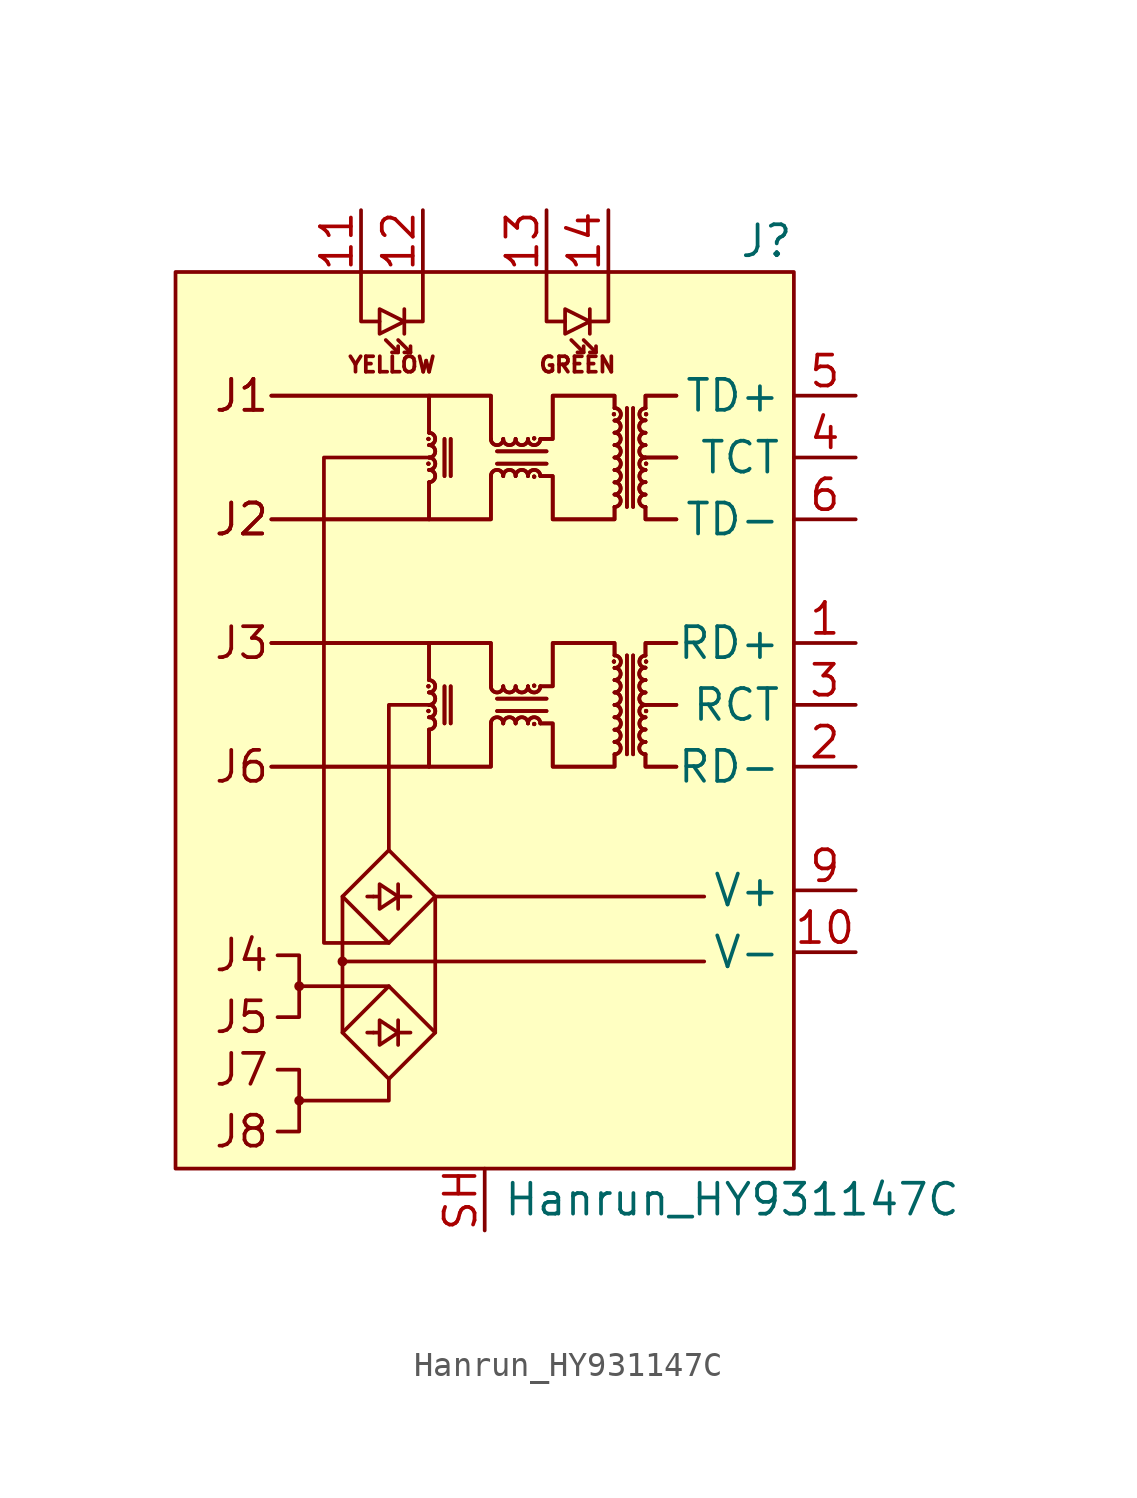
<source format=kicad_sym>
(kicad_symbol_lib
  (version 20231120)
  (generator "kicad_symbol_editor")
  (generator_version "8.0")
  (symbol "Hanrun_HY931147C"
    (property "Reference" "J"
      (at 12.7 13.97 0)
      (effects (font (size 1.27 1.27)) (justify right)))
    (property "Value" "Hanrun_HY931147C"
      (at 10.16 -25.4 0)
      (effects (font (size 1.27 1.27))))
    (symbol "Hanrun_HY931147C_0_0"
      (circle (center -7.62 -21.336) (radius 0.127) (stroke (width 0) (type solid)) (fill (type none)))
      (circle (center -7.62 -16.637) (radius 0.127) (stroke (width 0) (type solid)) (fill (type none)))
      (circle (center -5.842 -15.621) (radius 0.127) (stroke (width 0) (type solid)) (fill (type none)))
      (polyline (pts (xy -7.62 -16.637) (xy -3.937 -16.637)) (stroke (width 0) (type solid)) (fill (type none)))
      (polyline (pts (xy -5.842 -15.621) (xy 9.017 -15.621)) (stroke (width 0) (type solid)) (fill (type none)))
      (polyline (pts (xy -5.842 -12.954) (xy -5.842 -18.542)) (stroke (width 0) (type solid)) (fill (type none)))
      (polyline (pts (xy -4.572 -18.542) (xy -4.826 -18.542)) (stroke (width 0) (type solid)) (fill (type none)))
      (polyline (pts (xy -4.572 -12.954) (xy -4.826 -12.954)) (stroke (width 0) (type solid)) (fill (type none)))
      (polyline (pts (xy -3.556 -18.542) (xy -3.048 -18.542)) (stroke (width 0) (type solid)) (fill (type none)))
      (polyline (pts (xy -3.556 -18.034) (xy -3.556 -19.05)) (stroke (width 0) (type solid)) (fill (type none)))
      (polyline (pts (xy -3.556 -12.954) (xy -3.048 -12.954)) (stroke (width 0) (type solid)) (fill (type none)))
      (polyline (pts (xy -3.556 -12.446) (xy -3.556 -13.462)) (stroke (width 0) (type solid)) (fill (type none)))
      (polyline (pts (xy -2.032 -12.954) (xy -2.032 -18.542)) (stroke (width 0) (type solid)) (fill (type none)))
      (polyline (pts (xy -2.032 -12.954) (xy 9.017 -12.954)) (stroke (width 0) (type solid)) (fill (type none)))
      (polyline (pts (xy 7.874 -5.08) (xy 6.604 -5.08)) (stroke (width 0) (type solid)) (fill (type none)))
      (polyline (pts (xy 7.874 -5.08) (xy 6.604 -5.08)) (stroke (width 0) (type solid)) (fill (type none)))
      (polyline (pts (xy 7.874 5.08) (xy 6.604 5.08)) (stroke (width 0) (type solid)) (fill (type none)))
      (polyline (pts (xy 7.874 5.08) (xy 6.604 5.08)) (stroke (width 0) (type solid)) (fill (type none)))
      (polyline (pts (xy -7.62 -21.336) (xy -3.937 -21.336) (xy -3.937 -20.447)) (stroke (width 0) (type solid)) (fill (type none)))
      (polyline (pts (xy -3.937 -11.049) (xy -3.937 -5.08) (xy -2.286 -5.08)) (stroke (width 0) (type solid)) (fill (type none)))
      (polyline (pts (xy -8.509 -20.066) (xy -7.62 -20.066) (xy -7.62 -22.606) (xy -8.509 -22.606)) (stroke (width 0) (type solid)) (fill (type none)))
      (polyline (pts (xy -8.509 -15.367) (xy -7.62 -15.367) (xy -7.62 -17.907) (xy -8.509 -17.907)) (stroke (width 0) (type solid)) (fill (type none)))
      (polyline (pts (xy -3.937 -14.859) (xy -6.604 -14.859) (xy -6.604 5.08) (xy -2.286 5.08)) (stroke (width 0) (type solid)) (fill (type none)))
      (polyline (pts (xy -2.032 -18.542) (xy -3.937 -16.637) (xy -5.842 -18.542) (xy -3.937 -20.447) (xy -2.032 -18.542)) (stroke (width 0) (type solid)) (fill (type none)))
      (polyline (pts (xy -2.032 -12.954) (xy -3.937 -11.049) (xy -5.842 -12.954) (xy -3.937 -14.859) (xy -2.032 -12.954)) (stroke (width 0) (type solid)) (fill (type none)))
      (polyline (pts (xy -4.572 -18.542) (xy -4.318 -18.542) (xy -4.318 -18.034) (xy -3.556 -18.542) (xy -4.318 -19.05) (xy -4.318 -18.542)) (stroke (width 0) (type solid)) (fill (type none)))
      (polyline (pts (xy -4.572 -12.954) (xy -4.318 -12.954) (xy -4.318 -12.446) (xy -3.556 -12.954) (xy -4.318 -13.462) (xy -4.318 -12.954)) (stroke (width 0) (type solid)) (fill (type none)))
      (rectangle (start 12.7 12.7) (end -12.7 -24.13) (stroke (width 0) (type solid)) (fill (type background)))
      (text "GREEN" (at 3.81 8.89 0) (effects (font (size 0.635 0.635))))
      (text "J1" (at -11.176 7.62 0) (effects (font (size 1.27 1.27)) (justify left)))
      (text "J1" (at -11.176 7.62 0) (effects (font (size 1.27 1.27)) (justify left)))
      (text "J2" (at -11.176 2.54 0) (effects (font (size 1.27 1.27)) (justify left)))
      (text "J2" (at -11.176 2.54 0) (effects (font (size 1.27 1.27)) (justify left)))
      (text "J3" (at -11.176 -2.54 0) (effects (font (size 1.27 1.27)) (justify left)))
      (text "J4" (at -11.176 -15.367 0) (effects (font (size 1.27 1.27)) (justify left)))
      (text "J5" (at -11.176 -17.907 0) (effects (font (size 1.27 1.27)) (justify left)))
      (text "J6" (at -11.176 -7.62 0) (effects (font (size 1.27 1.27)) (justify left)))
      (text "J7" (at -11.176 -20.066 0) (effects (font (size 1.27 1.27)) (justify left)))
      (text "J8" (at -11.176 -22.606 0) (effects (font (size 1.27 1.27)) (justify left)))
      (text "YELLOW" (at -3.81 8.89 0) (effects (font (size 0.635 0.635)))))
    (symbol "Hanrun_HY931147C_0_1"
      (circle (center -2.311 -5.334) (radius 0.076) (stroke (width 0.025) (type solid)) (fill (type outline)))
      (circle (center -2.311 -5.334) (radius 0.076) (stroke (width 0.025) (type solid)) (fill (type outline)))
      (circle (center -2.311 -4.318) (radius 0.076) (stroke (width 0.025) (type solid)) (fill (type outline)))
      (circle (center -2.311 -4.318) (radius 0.076) (stroke (width 0.025) (type solid)) (fill (type outline)))
      (circle (center -2.311 4.826) (radius 0.076) (stroke (width 0.025) (type solid)) (fill (type outline)))
      (circle (center -2.311 4.826) (radius 0.076) (stroke (width 0.025) (type solid)) (fill (type outline)))
      (circle (center -2.311 5.842) (radius 0.076) (stroke (width 0.025) (type solid)) (fill (type outline)))
      (circle (center -2.311 5.842) (radius 0.076) (stroke (width 0.025) (type solid)) (fill (type outline)))
      (arc (start -2.286 -6.096) (mid -2.032 -5.842) (end -2.286 -5.588) (stroke (width 0) (type solid)) (fill (type none)))
      (arc (start -2.286 -6.096) (mid -2.032 -5.842) (end -2.286 -5.588) (stroke (width 0) (type solid)) (fill (type none)))
      (arc (start -2.286 -5.588) (mid -2.032 -5.334) (end -2.286 -5.08) (stroke (width 0) (type solid)) (fill (type none)))
      (arc (start -2.286 -5.588) (mid -2.032 -5.334) (end -2.286 -5.08) (stroke (width 0) (type solid)) (fill (type none)))
      (arc (start -2.286 -5.08) (mid -2.032 -4.826) (end -2.286 -4.572) (stroke (width 0) (type solid)) (fill (type none)))
      (arc (start -2.286 -5.08) (mid -2.032 -4.826) (end -2.286 -4.572) (stroke (width 0) (type solid)) (fill (type none)))
      (arc (start -2.286 -4.572) (mid -2.032 -4.318) (end -2.286 -4.064) (stroke (width 0) (type solid)) (fill (type none)))
      (arc (start -2.286 -4.572) (mid -2.032 -4.318) (end -2.286 -4.064) (stroke (width 0) (type solid)) (fill (type none)))
      (arc (start -2.286 4.064) (mid -2.032 4.318) (end -2.286 4.572) (stroke (width 0) (type solid)) (fill (type none)))
      (arc (start -2.286 4.064) (mid -2.032 4.318) (end -2.286 4.572) (stroke (width 0) (type solid)) (fill (type none)))
      (arc (start -2.286 4.572) (mid -2.032 4.826) (end -2.286 5.08) (stroke (width 0) (type solid)) (fill (type none)))
      (arc (start -2.286 4.572) (mid -2.032 4.826) (end -2.286 5.08) (stroke (width 0) (type solid)) (fill (type none)))
      (arc (start -2.286 5.08) (mid -2.032 5.334) (end -2.286 5.588) (stroke (width 0) (type solid)) (fill (type none)))
      (arc (start -2.286 5.08) (mid -2.032 5.334) (end -2.286 5.588) (stroke (width 0) (type solid)) (fill (type none)))
      (arc (start -2.286 5.588) (mid -2.032 5.842) (end -2.286 6.096) (stroke (width 0) (type solid)) (fill (type none)))
      (arc (start -2.286 5.588) (mid -2.032 5.842) (end -2.286 6.096) (stroke (width 0) (type solid)) (fill (type none)))
      (polyline (pts (xy -3.556 9.398) (xy -4.064 9.906)) (stroke (width 0) (type solid)) (fill (type none)))
      (polyline (pts (xy -3.302 11.176) (xy -3.302 10.16)) (stroke (width 0) (type solid)) (fill (type none)))
      (polyline (pts (xy -3.048 9.398) (xy -3.556 9.906)) (stroke (width 0) (type solid)) (fill (type none)))
      (polyline (pts (xy -2.286 -7.62) (xy -8.763 -7.62)) (stroke (width 0) (type solid)) (fill (type none)))
      (polyline (pts (xy -2.286 -7.62) (xy -8.763 -7.62)) (stroke (width 0) (type solid)) (fill (type none)))
      (polyline (pts (xy -2.286 -2.54) (xy -8.763 -2.54)) (stroke (width 0) (type solid)) (fill (type none)))
      (polyline (pts (xy -2.286 -2.54) (xy -8.763 -2.54)) (stroke (width 0) (type solid)) (fill (type none)))
      (polyline (pts (xy -2.286 2.54) (xy -8.763 2.54)) (stroke (width 0) (type solid)) (fill (type none)))
      (polyline (pts (xy -2.286 2.54) (xy -8.763 2.54)) (stroke (width 0) (type solid)) (fill (type none)))
      (polyline (pts (xy -2.286 7.62) (xy -8.763 7.62)) (stroke (width 0) (type solid)) (fill (type none)))
      (polyline (pts (xy -2.286 7.62) (xy -8.763 7.62)) (stroke (width 0) (type solid)) (fill (type none)))
      (polyline (pts (xy -1.651 -4.318) (xy -1.651 -5.842)) (stroke (width 0) (type solid)) (fill (type none)))
      (polyline (pts (xy -1.651 -4.318) (xy -1.651 -5.842)) (stroke (width 0) (type solid)) (fill (type none)))
      (polyline (pts (xy -1.651 5.842) (xy -1.651 4.318)) (stroke (width 0) (type solid)) (fill (type none)))
      (polyline (pts (xy -1.651 5.842) (xy -1.651 4.318)) (stroke (width 0) (type solid)) (fill (type none)))
      (polyline (pts (xy -1.397 -5.842) (xy -1.397 -4.318)) (stroke (width 0) (type solid)) (fill (type none)))
      (polyline (pts (xy -1.397 -5.842) (xy -1.397 -4.318)) (stroke (width 0) (type solid)) (fill (type none)))
      (polyline (pts (xy -1.397 4.318) (xy -1.397 5.842)) (stroke (width 0) (type solid)) (fill (type none)))
      (polyline (pts (xy -1.397 4.318) (xy -1.397 5.842)) (stroke (width 0) (type solid)) (fill (type none)))
      (polyline (pts (xy 0.508 -5.334) (xy 2.54 -5.334)) (stroke (width 0) (type solid)) (fill (type none)))
      (polyline (pts (xy 0.508 -5.334) (xy 2.54 -5.334)) (stroke (width 0) (type solid)) (fill (type none)))
      (polyline (pts (xy 0.508 4.826) (xy 2.54 4.826)) (stroke (width 0) (type solid)) (fill (type none)))
      (polyline (pts (xy 0.508 4.826) (xy 2.54 4.826)) (stroke (width 0) (type solid)) (fill (type none)))
      (polyline (pts (xy 2.54 -4.826) (xy 0.508 -4.826)) (stroke (width 0) (type solid)) (fill (type none)))
      (polyline (pts (xy 2.54 -4.826) (xy 0.508 -4.826)) (stroke (width 0) (type solid)) (fill (type none)))
      (polyline (pts (xy 2.54 5.334) (xy 0.508 5.334)) (stroke (width 0) (type solid)) (fill (type none)))
      (polyline (pts (xy 2.54 5.334) (xy 0.508 5.334)) (stroke (width 0) (type solid)) (fill (type none)))
      (polyline (pts (xy 4.064 9.398) (xy 3.556 9.906)) (stroke (width 0) (type solid)) (fill (type none)))
      (polyline (pts (xy 4.318 11.176) (xy 4.318 10.16)) (stroke (width 0) (type solid)) (fill (type none)))
      (polyline (pts (xy 4.572 9.398) (xy 4.064 9.906)) (stroke (width 0) (type solid)) (fill (type none)))
      (polyline (pts (xy 5.842 -3.048) (xy 5.842 -7.112)) (stroke (width 0) (type solid)) (fill (type none)))
      (polyline (pts (xy 5.842 -3.048) (xy 5.842 -7.112)) (stroke (width 0) (type solid)) (fill (type none)))
      (polyline (pts (xy 5.842 7.112) (xy 5.842 3.048)) (stroke (width 0) (type solid)) (fill (type none)))
      (polyline (pts (xy 5.842 7.112) (xy 5.842 3.048)) (stroke (width 0) (type solid)) (fill (type none)))
      (polyline (pts (xy 6.096 -7.112) (xy 6.096 -3.048)) (stroke (width 0) (type solid)) (fill (type none)))
      (polyline (pts (xy 6.096 -7.112) (xy 6.096 -3.048)) (stroke (width 0) (type solid)) (fill (type none)))
      (polyline (pts (xy 6.096 3.048) (xy 6.096 7.112)) (stroke (width 0) (type solid)) (fill (type none)))
      (polyline (pts (xy 6.096 3.048) (xy 6.096 7.112)) (stroke (width 0) (type solid)) (fill (type none)))
      (polyline (pts (xy -5.08 12.7) (xy -5.08 10.668) (xy -4.318 10.668)) (stroke (width 0) (type solid)) (fill (type none)))
      (polyline (pts (xy -3.556 9.652) (xy -3.556 9.398) (xy -3.81 9.398)) (stroke (width 0) (type solid)) (fill (type none)))
      (polyline (pts (xy -3.048 9.652) (xy -3.048 9.398) (xy -3.302 9.398)) (stroke (width 0) (type solid)) (fill (type none)))
      (polyline (pts (xy -2.54 12.7) (xy -2.54 10.668) (xy -3.302 10.668)) (stroke (width 0) (type solid)) (fill (type none)))
      (polyline (pts (xy 2.54 12.7) (xy 2.54 10.668) (xy 3.302 10.668)) (stroke (width 0) (type solid)) (fill (type none)))
      (polyline (pts (xy 4.064 9.652) (xy 4.064 9.398) (xy 3.81 9.398)) (stroke (width 0) (type solid)) (fill (type none)))
      (polyline (pts (xy 4.572 9.652) (xy 4.572 9.398) (xy 4.318 9.398)) (stroke (width 0) (type solid)) (fill (type none)))
      (polyline (pts (xy 5.08 12.7) (xy 5.08 10.668) (xy 4.318 10.668)) (stroke (width 0) (type solid)) (fill (type none)))
      (polyline (pts (xy 6.604 -7.112) (xy 6.604 -7.62) (xy 7.874 -7.62)) (stroke (width 0) (type solid)) (fill (type none)))
      (polyline (pts (xy 6.604 -7.112) (xy 6.604 -7.62) (xy 7.874 -7.62)) (stroke (width 0) (type solid)) (fill (type none)))
      (polyline (pts (xy 6.604 -3.048) (xy 6.604 -2.54) (xy 7.874 -2.54)) (stroke (width 0) (type solid)) (fill (type none)))
      (polyline (pts (xy 6.604 -3.048) (xy 6.604 -2.54) (xy 7.874 -2.54)) (stroke (width 0) (type solid)) (fill (type none)))
      (polyline (pts (xy 6.604 3.048) (xy 6.604 2.54) (xy 7.874 2.54)) (stroke (width 0) (type solid)) (fill (type none)))
      (polyline (pts (xy 6.604 3.048) (xy 6.604 2.54) (xy 7.874 2.54)) (stroke (width 0) (type solid)) (fill (type none)))
      (polyline (pts (xy 6.604 7.112) (xy 6.604 7.62) (xy 7.874 7.62)) (stroke (width 0) (type solid)) (fill (type none)))
      (polyline (pts (xy 6.604 7.112) (xy 6.604 7.62) (xy 7.874 7.62)) (stroke (width 0) (type solid)) (fill (type none)))
      (polyline (pts (xy -3.302 10.668) (xy -4.318 11.176) (xy -4.318 10.16) (xy -3.302 10.668)) (stroke (width 0) (type solid)) (fill (type none)))
      (polyline (pts (xy 0.254 -5.842) (xy 0.254 -7.62) (xy -2.286 -7.62) (xy -2.286 -6.096)) (stroke (width 0) (type solid)) (fill (type none)))
      (polyline (pts (xy 0.254 -5.842) (xy 0.254 -7.62) (xy -2.286 -7.62) (xy -2.286 -6.096)) (stroke (width 0) (type solid)) (fill (type none)))
      (polyline (pts (xy 0.254 -4.318) (xy 0.254 -2.54) (xy -2.286 -2.54) (xy -2.286 -4.064)) (stroke (width 0) (type solid)) (fill (type none)))
      (polyline (pts (xy 0.254 -4.318) (xy 0.254 -2.54) (xy -2.286 -2.54) (xy -2.286 -4.064)) (stroke (width 0) (type solid)) (fill (type none)))
      (polyline (pts (xy 0.254 4.318) (xy 0.254 2.54) (xy -2.286 2.54) (xy -2.286 4.064)) (stroke (width 0) (type solid)) (fill (type none)))
      (polyline (pts (xy 0.254 4.318) (xy 0.254 2.54) (xy -2.286 2.54) (xy -2.286 4.064)) (stroke (width 0) (type solid)) (fill (type none)))
      (polyline (pts (xy 0.254 5.842) (xy 0.254 7.62) (xy -2.286 7.62) (xy -2.286 6.096)) (stroke (width 0) (type solid)) (fill (type none)))
      (polyline (pts (xy 0.254 5.842) (xy 0.254 7.62) (xy -2.286 7.62) (xy -2.286 6.096)) (stroke (width 0) (type solid)) (fill (type none)))
      (polyline (pts (xy 4.318 10.668) (xy 3.302 11.176) (xy 3.302 10.16) (xy 4.318 10.668)) (stroke (width 0) (type solid)) (fill (type none)))
      (polyline (pts (xy 2.286 -4.318) (xy 2.794 -4.318) (xy 2.794 -2.54) (xy 5.334 -2.54) (xy 5.334 -3.048)) (stroke (width 0) (type solid)) (fill (type none)))
      (polyline (pts (xy 2.286 -4.318) (xy 2.794 -4.318) (xy 2.794 -2.54) (xy 5.334 -2.54) (xy 5.334 -3.048)) (stroke (width 0) (type solid)) (fill (type none)))
      (polyline (pts (xy 2.286 5.842) (xy 2.794 5.842) (xy 2.794 7.62) (xy 5.334 7.62) (xy 5.334 7.112)) (stroke (width 0) (type solid)) (fill (type none)))
      (polyline (pts (xy 2.286 5.842) (xy 2.794 5.842) (xy 2.794 7.62) (xy 5.334 7.62) (xy 5.334 7.112)) (stroke (width 0) (type solid)) (fill (type none)))
      (polyline (pts (xy 5.334 -7.112) (xy 5.334 -7.62) (xy 2.794 -7.62) (xy 2.794 -5.842) (xy 2.286 -5.842)) (stroke (width 0) (type solid)) (fill (type none)))
      (polyline (pts (xy 5.334 -7.112) (xy 5.334 -7.62) (xy 2.794 -7.62) (xy 2.794 -5.842) (xy 2.286 -5.842)) (stroke (width 0) (type solid)) (fill (type none)))
      (polyline (pts (xy 5.334 3.048) (xy 5.334 2.54) (xy 2.794 2.54) (xy 2.794 4.318) (xy 2.286 4.318)) (stroke (width 0) (type solid)) (fill (type none)))
      (polyline (pts (xy 5.334 3.048) (xy 5.334 2.54) (xy 2.794 2.54) (xy 2.794 4.318) (xy 2.286 4.318)) (stroke (width 0) (type solid)) (fill (type none)))
      (arc (start 0.254 -4.318) (mid 0.508 -4.572) (end 0.762 -4.318) (stroke (width 0) (type solid)) (fill (type none)))
      (arc (start 0.254 -4.318) (mid 0.508 -4.572) (end 0.762 -4.318) (stroke (width 0) (type solid)) (fill (type none)))
      (arc (start 0.254 5.842) (mid 0.508 5.588) (end 0.762 5.842) (stroke (width 0) (type solid)) (fill (type none)))
      (arc (start 0.254 5.842) (mid 0.508 5.588) (end 0.762 5.842) (stroke (width 0) (type solid)) (fill (type none)))
      (arc (start 0.762 -5.842) (mid 0.508 -5.588) (end 0.254 -5.842) (stroke (width 0) (type solid)) (fill (type none)))
      (arc (start 0.762 -5.842) (mid 0.508 -5.588) (end 0.254 -5.842) (stroke (width 0) (type solid)) (fill (type none)))
      (arc (start 0.762 -4.318) (mid 1.016 -4.572) (end 1.27 -4.318) (stroke (width 0) (type solid)) (fill (type none)))
      (arc (start 0.762 -4.318) (mid 1.016 -4.572) (end 1.27 -4.318) (stroke (width 0) (type solid)) (fill (type none)))
      (arc (start 0.762 4.318) (mid 0.508 4.572) (end 0.254 4.318) (stroke (width 0) (type solid)) (fill (type none)))
      (arc (start 0.762 4.318) (mid 0.508 4.572) (end 0.254 4.318) (stroke (width 0) (type solid)) (fill (type none)))
      (arc (start 0.762 5.842) (mid 1.016 5.588) (end 1.27 5.842) (stroke (width 0) (type solid)) (fill (type none)))
      (arc (start 0.762 5.842) (mid 1.016 5.588) (end 1.27 5.842) (stroke (width 0) (type solid)) (fill (type none)))
      (arc (start 1.27 -5.842) (mid 1.016 -5.588) (end 0.762 -5.842) (stroke (width 0) (type solid)) (fill (type none)))
      (arc (start 1.27 -5.842) (mid 1.016 -5.588) (end 0.762 -5.842) (stroke (width 0) (type solid)) (fill (type none)))
      (arc (start 1.27 -4.318) (mid 1.524 -4.572) (end 1.778 -4.318) (stroke (width 0) (type solid)) (fill (type none)))
      (arc (start 1.27 -4.318) (mid 1.524 -4.572) (end 1.778 -4.318) (stroke (width 0) (type solid)) (fill (type none)))
      (arc (start 1.27 4.318) (mid 1.016 4.572) (end 0.762 4.318) (stroke (width 0) (type solid)) (fill (type none)))
      (arc (start 1.27 4.318) (mid 1.016 4.572) (end 0.762 4.318) (stroke (width 0) (type solid)) (fill (type none)))
      (arc (start 1.27 5.842) (mid 1.524 5.588) (end 1.778 5.842) (stroke (width 0) (type solid)) (fill (type none)))
      (arc (start 1.27 5.842) (mid 1.524 5.588) (end 1.778 5.842) (stroke (width 0) (type solid)) (fill (type none)))
      (arc (start 1.778 -5.842) (mid 1.524 -5.588) (end 1.27 -5.842) (stroke (width 0) (type solid)) (fill (type none)))
      (arc (start 1.778 -5.842) (mid 1.524 -5.588) (end 1.27 -5.842) (stroke (width 0) (type solid)) (fill (type none)))
      (arc (start 1.778 -4.318) (mid 2.032 -4.572) (end 2.286 -4.318) (stroke (width 0) (type solid)) (fill (type none)))
      (arc (start 1.778 -4.318) (mid 2.032 -4.572) (end 2.286 -4.318) (stroke (width 0) (type solid)) (fill (type none)))
      (arc (start 1.778 4.318) (mid 1.524 4.572) (end 1.27 4.318) (stroke (width 0) (type solid)) (fill (type none)))
      (arc (start 1.778 4.318) (mid 1.524 4.572) (end 1.27 4.318) (stroke (width 0) (type solid)) (fill (type none)))
      (arc (start 1.778 5.842) (mid 2.032 5.588) (end 2.286 5.842) (stroke (width 0) (type solid)) (fill (type none)))
      (arc (start 1.778 5.842) (mid 2.032 5.588) (end 2.286 5.842) (stroke (width 0) (type solid)) (fill (type none)))
      (circle (center 2.032 -5.867) (radius 0.076) (stroke (width 0.025) (type solid)) (fill (type outline)))
      (circle (center 2.032 -5.867) (radius 0.076) (stroke (width 0.025) (type solid)) (fill (type outline)))
      (circle (center 2.032 -4.293) (radius 0.076) (stroke (width 0.025) (type solid)) (fill (type outline)))
      (circle (center 2.032 -4.293) (radius 0.076) (stroke (width 0.025) (type solid)) (fill (type outline)))
      (circle (center 2.032 4.293) (radius 0.076) (stroke (width 0.025) (type solid)) (fill (type outline)))
      (circle (center 2.032 4.293) (radius 0.076) (stroke (width 0.025) (type solid)) (fill (type outline)))
      (circle (center 2.032 5.867) (radius 0.076) (stroke (width 0.025) (type solid)) (fill (type outline)))
      (circle (center 2.032 5.867) (radius 0.076) (stroke (width 0.025) (type solid)) (fill (type outline)))
      (arc (start 2.286 -5.842) (mid 2.032 -5.588) (end 1.778 -5.842) (stroke (width 0) (type solid)) (fill (type none)))
      (arc (start 2.286 -5.842) (mid 2.032 -5.588) (end 1.778 -5.842) (stroke (width 0) (type solid)) (fill (type none)))
      (arc (start 2.286 4.318) (mid 2.032 4.572) (end 1.778 4.318) (stroke (width 0) (type solid)) (fill (type none)))
      (arc (start 2.286 4.318) (mid 2.032 4.572) (end 1.778 4.318) (stroke (width 0) (type solid)) (fill (type none)))
      (circle (center 5.309 -3.302) (radius 0.076) (stroke (width 0.025) (type solid)) (fill (type outline)))
      (circle (center 5.309 -3.302) (radius 0.076) (stroke (width 0.025) (type solid)) (fill (type outline)))
      (circle (center 5.309 6.858) (radius 0.076) (stroke (width 0.025) (type solid)) (fill (type outline)))
      (circle (center 5.309 6.858) (radius 0.076) (stroke (width 0.025) (type solid)) (fill (type outline)))
      (arc (start 5.334 -7.112) (mid 5.588 -6.858) (end 5.334 -6.604) (stroke (width 0) (type solid)) (fill (type none)))
      (arc (start 5.334 -7.112) (mid 5.588 -6.858) (end 5.334 -6.604) (stroke (width 0) (type solid)) (fill (type none)))
      (arc (start 5.334 -6.604) (mid 5.588 -6.35) (end 5.334 -6.096) (stroke (width 0) (type solid)) (fill (type none)))
      (arc (start 5.334 -6.604) (mid 5.588 -6.35) (end 5.334 -6.096) (stroke (width 0) (type solid)) (fill (type none)))
      (arc (start 5.334 -6.096) (mid 5.588 -5.842) (end 5.334 -5.588) (stroke (width 0) (type solid)) (fill (type none)))
      (arc (start 5.334 -6.096) (mid 5.588 -5.842) (end 5.334 -5.588) (stroke (width 0) (type solid)) (fill (type none)))
      (arc (start 5.334 -5.588) (mid 5.588 -5.334) (end 5.334 -5.08) (stroke (width 0) (type solid)) (fill (type none)))
      (arc (start 5.334 -5.588) (mid 5.588 -5.334) (end 5.334 -5.08) (stroke (width 0) (type solid)) (fill (type none)))
      (arc (start 5.334 -5.08) (mid 5.588 -4.826) (end 5.334 -4.572) (stroke (width 0) (type solid)) (fill (type none)))
      (arc (start 5.334 -5.08) (mid 5.588 -4.826) (end 5.334 -4.572) (stroke (width 0) (type solid)) (fill (type none)))
      (arc (start 5.334 -4.572) (mid 5.588 -4.318) (end 5.334 -4.064) (stroke (width 0) (type solid)) (fill (type none)))
      (arc (start 5.334 -4.572) (mid 5.588 -4.318) (end 5.334 -4.064) (stroke (width 0) (type solid)) (fill (type none)))
      (arc (start 5.334 -4.064) (mid 5.588 -3.81) (end 5.334 -3.556) (stroke (width 0) (type solid)) (fill (type none)))
      (arc (start 5.334 -4.064) (mid 5.588 -3.81) (end 5.334 -3.556) (stroke (width 0) (type solid)) (fill (type none)))
      (arc (start 5.334 -3.556) (mid 5.588 -3.302) (end 5.334 -3.048) (stroke (width 0) (type solid)) (fill (type none)))
      (arc (start 5.334 -3.556) (mid 5.588 -3.302) (end 5.334 -3.048) (stroke (width 0) (type solid)) (fill (type none)))
      (arc (start 5.334 3.048) (mid 5.588 3.302) (end 5.334 3.556) (stroke (width 0) (type solid)) (fill (type none)))
      (arc (start 5.334 3.048) (mid 5.588 3.302) (end 5.334 3.556) (stroke (width 0) (type solid)) (fill (type none)))
      (arc (start 5.334 3.556) (mid 5.588 3.81) (end 5.334 4.064) (stroke (width 0) (type solid)) (fill (type none)))
      (arc (start 5.334 3.556) (mid 5.588 3.81) (end 5.334 4.064) (stroke (width 0) (type solid)) (fill (type none)))
      (arc (start 5.334 4.064) (mid 5.588 4.318) (end 5.334 4.572) (stroke (width 0) (type solid)) (fill (type none)))
      (arc (start 5.334 4.064) (mid 5.588 4.318) (end 5.334 4.572) (stroke (width 0) (type solid)) (fill (type none)))
      (arc (start 5.334 4.572) (mid 5.588 4.826) (end 5.334 5.08) (stroke (width 0) (type solid)) (fill (type none)))
      (arc (start 5.334 4.572) (mid 5.588 4.826) (end 5.334 5.08) (stroke (width 0) (type solid)) (fill (type none)))
      (arc (start 5.334 5.08) (mid 5.588 5.334) (end 5.334 5.588) (stroke (width 0) (type solid)) (fill (type none)))
      (arc (start 5.334 5.08) (mid 5.588 5.334) (end 5.334 5.588) (stroke (width 0) (type solid)) (fill (type none)))
      (arc (start 5.334 5.588) (mid 5.588 5.842) (end 5.334 6.096) (stroke (width 0) (type solid)) (fill (type none)))
      (arc (start 5.334 5.588) (mid 5.588 5.842) (end 5.334 6.096) (stroke (width 0) (type solid)) (fill (type none)))
      (arc (start 5.334 6.096) (mid 5.588 6.35) (end 5.334 6.604) (stroke (width 0) (type solid)) (fill (type none)))
      (arc (start 5.334 6.096) (mid 5.588 6.35) (end 5.334 6.604) (stroke (width 0) (type solid)) (fill (type none)))
      (arc (start 5.334 6.604) (mid 5.588 6.858) (end 5.334 7.112) (stroke (width 0) (type solid)) (fill (type none)))
      (arc (start 5.334 6.604) (mid 5.588 6.858) (end 5.334 7.112) (stroke (width 0) (type solid)) (fill (type none)))
      (arc (start 6.604 -6.604) (mid 6.35 -6.858) (end 6.604 -7.112) (stroke (width 0) (type solid)) (fill (type none)))
      (arc (start 6.604 -6.604) (mid 6.35 -6.858) (end 6.604 -7.112) (stroke (width 0) (type solid)) (fill (type none)))
      (arc (start 6.604 -6.096) (mid 6.35 -6.35) (end 6.604 -6.604) (stroke (width 0) (type solid)) (fill (type none)))
      (arc (start 6.604 -6.096) (mid 6.35 -6.35) (end 6.604 -6.604) (stroke (width 0) (type solid)) (fill (type none)))
      (arc (start 6.604 -5.588) (mid 6.35 -5.842) (end 6.604 -6.096) (stroke (width 0) (type solid)) (fill (type none)))
      (arc (start 6.604 -5.588) (mid 6.35 -5.842) (end 6.604 -6.096) (stroke (width 0) (type solid)) (fill (type none)))
      (arc (start 6.604 -5.08) (mid 6.35 -5.334) (end 6.604 -5.588) (stroke (width 0) (type solid)) (fill (type none)))
      (arc (start 6.604 -5.08) (mid 6.35 -5.334) (end 6.604 -5.588) (stroke (width 0) (type solid)) (fill (type none)))
      (arc (start 6.604 -4.572) (mid 6.35 -4.826) (end 6.604 -5.08) (stroke (width 0) (type solid)) (fill (type none)))
      (arc (start 6.604 -4.572) (mid 6.35 -4.826) (end 6.604 -5.08) (stroke (width 0) (type solid)) (fill (type none)))
      (arc (start 6.604 -4.064) (mid 6.35 -4.318) (end 6.604 -4.572) (stroke (width 0) (type solid)) (fill (type none)))
      (arc (start 6.604 -4.064) (mid 6.35 -4.318) (end 6.604 -4.572) (stroke (width 0) (type solid)) (fill (type none)))
      (arc (start 6.604 -3.556) (mid 6.35 -3.81) (end 6.604 -4.064) (stroke (width 0) (type solid)) (fill (type none)))
      (arc (start 6.604 -3.556) (mid 6.35 -3.81) (end 6.604 -4.064) (stroke (width 0) (type solid)) (fill (type none)))
      (arc (start 6.604 -3.048) (mid 6.35 -3.302) (end 6.604 -3.556) (stroke (width 0) (type solid)) (fill (type none)))
      (arc (start 6.604 -3.048) (mid 6.35 -3.302) (end 6.604 -3.556) (stroke (width 0) (type solid)) (fill (type none)))
      (arc (start 6.604 3.556) (mid 6.35 3.302) (end 6.604 3.048) (stroke (width 0) (type solid)) (fill (type none)))
      (arc (start 6.604 3.556) (mid 6.35 3.302) (end 6.604 3.048) (stroke (width 0) (type solid)) (fill (type none)))
      (arc (start 6.604 4.064) (mid 6.35 3.81) (end 6.604 3.556) (stroke (width 0) (type solid)) (fill (type none)))
      (arc (start 6.604 4.064) (mid 6.35 3.81) (end 6.604 3.556) (stroke (width 0) (type solid)) (fill (type none)))
      (arc (start 6.604 4.572) (mid 6.35 4.318) (end 6.604 4.064) (stroke (width 0) (type solid)) (fill (type none)))
      (arc (start 6.604 4.572) (mid 6.35 4.318) (end 6.604 4.064) (stroke (width 0) (type solid)) (fill (type none)))
      (arc (start 6.604 5.08) (mid 6.35 4.826) (end 6.604 4.572) (stroke (width 0) (type solid)) (fill (type none)))
      (arc (start 6.604 5.08) (mid 6.35 4.826) (end 6.604 4.572) (stroke (width 0) (type solid)) (fill (type none)))
      (arc (start 6.604 5.588) (mid 6.35 5.334) (end 6.604 5.08) (stroke (width 0) (type solid)) (fill (type none)))
      (arc (start 6.604 5.588) (mid 6.35 5.334) (end 6.604 5.08) (stroke (width 0) (type solid)) (fill (type none)))
      (arc (start 6.604 6.096) (mid 6.35 5.842) (end 6.604 5.588) (stroke (width 0) (type solid)) (fill (type none)))
      (arc (start 6.604 6.096) (mid 6.35 5.842) (end 6.604 5.588) (stroke (width 0) (type solid)) (fill (type none)))
      (arc (start 6.604 6.604) (mid 6.35 6.35) (end 6.604 6.096) (stroke (width 0) (type solid)) (fill (type none)))
      (arc (start 6.604 6.604) (mid 6.35 6.35) (end 6.604 6.096) (stroke (width 0) (type solid)) (fill (type none)))
      (arc (start 6.604 7.112) (mid 6.35 6.858) (end 6.604 6.604) (stroke (width 0) (type solid)) (fill (type none)))
      (arc (start 6.604 7.112) (mid 6.35 6.858) (end 6.604 6.604) (stroke (width 0) (type solid)) (fill (type none)))
      (circle (center 6.629 -5.334) (radius 0.076) (stroke (width 0.025) (type solid)) (fill (type outline)))
      (circle (center 6.629 -5.334) (radius 0.076) (stroke (width 0.025) (type solid)) (fill (type outline)))
      (circle (center 6.629 -3.302) (radius 0.076) (stroke (width 0.025) (type solid)) (fill (type outline)))
      (circle (center 6.629 -3.302) (radius 0.076) (stroke (width 0.025) (type solid)) (fill (type outline)))
      (circle (center 6.629 4.826) (radius 0.076) (stroke (width 0.025) (type solid)) (fill (type outline)))
      (circle (center 6.629 4.826) (radius 0.076) (stroke (width 0.025) (type solid)) (fill (type outline)))
      (circle (center 6.629 6.858) (radius 0.076) (stroke (width 0.025) (type solid)) (fill (type outline)))
      (circle (center 6.629 6.858) (radius 0.076) (stroke (width 0.025) (type solid)) (fill (type outline))))
    (symbol "Hanrun_HY931147C_1_1"
      (pin passive line (at 15.24 -2.54 180) (length 2.54) (name "RD+" (effects (font (size 1.27 1.27)))) (number "1" (effects (font (size 1.27 1.27)))))
      (pin power_out line (at 15.24 -15.24 180) (length 2.54) (name "V-" (effects (font (size 1.27 1.27)))) (number "10" (effects (font (size 1.27 1.27)))))
      (pin passive line (at -5.08 15.24 270) (length 2.54) (name "~" (effects (font (size 1.27 1.27)))) (number "11" (effects (font (size 1.27 1.27)))))
      (pin passive line (at -2.54 15.24 270) (length 2.54) (name "~" (effects (font (size 1.27 1.27)))) (number "12" (effects (font (size 1.27 1.27)))))
      (pin passive line (at 2.54 15.24 270) (length 2.54) (name "~" (effects (font (size 1.27 1.27)))) (number "13" (effects (font (size 1.27 1.27)))))
      (pin passive line (at 5.08 15.24 270) (length 2.54) (name "~" (effects (font (size 1.27 1.27)))) (number "14" (effects (font (size 1.27 1.27)))))
      (pin passive line (at 15.24 -7.62 180) (length 2.54) (name "RD-" (effects (font (size 1.27 1.27)))) (number "2" (effects (font (size 1.27 1.27)))))
      (pin passive line (at 15.24 -5.08 180) (length 2.54) (name "RCT" (effects (font (size 1.27 1.27)))) (number "3" (effects (font (size 1.27 1.27)))))
      (pin passive line (at 15.24 5.08 180) (length 2.54) (name "TCT" (effects (font (size 1.27 1.27)))) (number "4" (effects (font (size 1.27 1.27)))))
      (pin passive line (at 15.24 7.62 180) (length 2.54) (name "TD+" (effects (font (size 1.27 1.27)))) (number "5" (effects (font (size 1.27 1.27)))))
      (pin passive line (at 15.24 2.54 180) (length 2.54) (name "TD-" (effects (font (size 1.27 1.27)))) (number "6" (effects (font (size 1.27 1.27)))))
      (pin power_out line (at 15.24 -12.7 180) (length 2.54) (name "V+" (effects (font (size 1.27 1.27)))) (number "9" (effects (font (size 1.27 1.27)))))
      (pin passive line (at 0 -26.67 90) (length 2.54) (name "~" (effects (font (size 1.27 1.27)))) (number "SH" (effects (font (size 1.27 1.27))))))))
</source>
